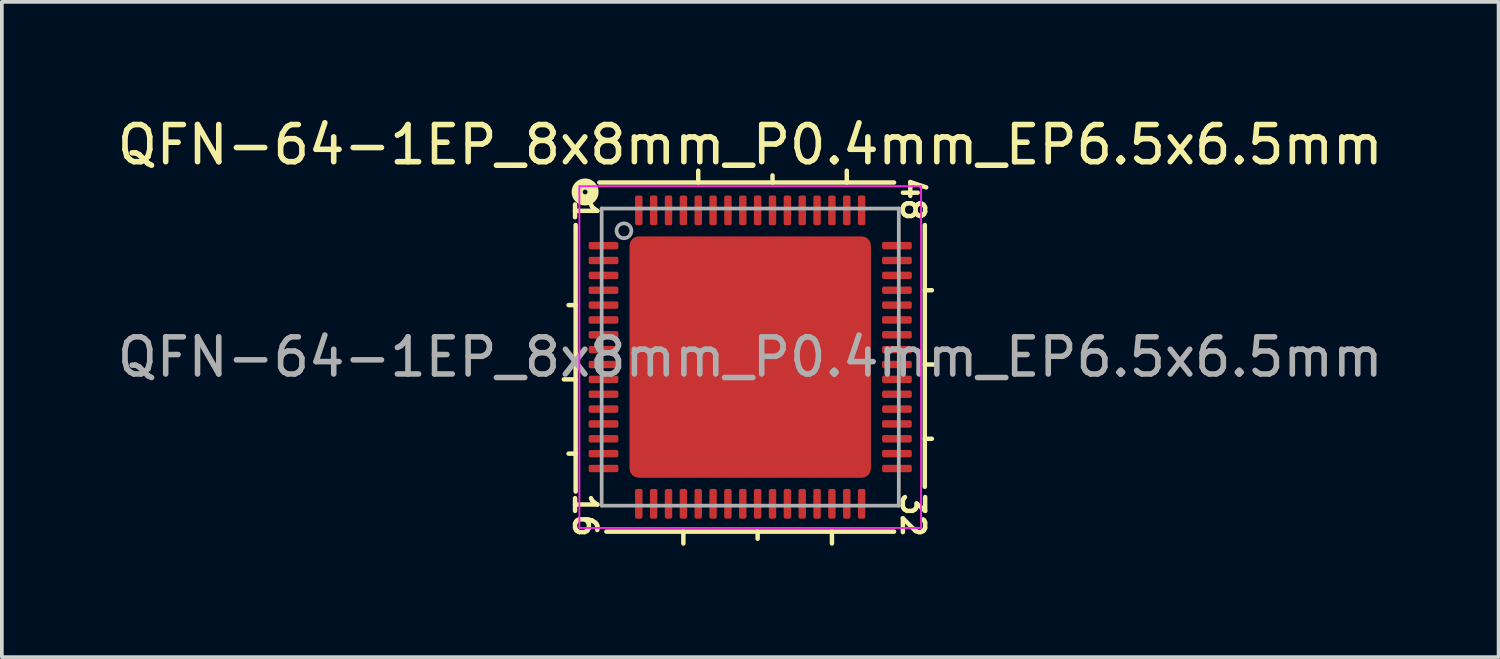
<source format=kicad_pcb>
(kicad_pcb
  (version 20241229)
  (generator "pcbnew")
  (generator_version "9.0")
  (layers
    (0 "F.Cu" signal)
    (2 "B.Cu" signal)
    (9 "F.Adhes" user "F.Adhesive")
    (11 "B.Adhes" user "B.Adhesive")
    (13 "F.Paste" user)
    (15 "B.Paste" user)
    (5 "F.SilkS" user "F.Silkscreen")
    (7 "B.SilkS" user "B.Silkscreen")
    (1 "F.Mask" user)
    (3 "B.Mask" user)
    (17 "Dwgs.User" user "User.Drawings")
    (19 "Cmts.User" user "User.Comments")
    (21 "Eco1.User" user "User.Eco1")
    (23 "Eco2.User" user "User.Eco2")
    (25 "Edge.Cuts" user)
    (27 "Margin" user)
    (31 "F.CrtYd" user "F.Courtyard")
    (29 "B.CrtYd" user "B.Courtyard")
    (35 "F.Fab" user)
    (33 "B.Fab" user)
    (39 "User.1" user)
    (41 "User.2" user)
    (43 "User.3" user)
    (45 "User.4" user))
  (footprint "QFN-64-1EP_8x8mm_P0.4mm_EP6.5x6.5mm"
    (layer "F.Cu")
    (at 17.149 6.564)
    (property "Reference" "QFN-64-1EP_8x8mm_P0.4mm_EP6.5x6.5mm" (at 0 -5.716 0) (layer "F.SilkS") (effects (font (size 1 1) (thickness 0.15))))
    (attr smd)
    (fp_line (start -4.7 -3.556) (end -4.7 3.619) (stroke (width 0.12) (type solid)) (layer "F.SilkS"))
    (fp_line (start -4.7 -1.4) (end -4.891 -1.4) (stroke (width 0.12) (type solid)) (layer "F.SilkS"))
    (fp_line (start -4.7 0.6) (end -5.018 0.6) (stroke (width 0.12) (type solid)) (layer "F.SilkS"))
    (fp_line (start -4.7 2.6) (end -4.891 2.6) (stroke (width 0.12) (type solid)) (layer "F.SilkS"))
    (fp_line (start -3.873 4.7) (end 3.873 4.7) (stroke (width 0.12) (type solid)) (layer "F.SilkS"))
    (fp_line (start -1.8 4.7) (end -1.8 5.018) (stroke (width 0.12) (type solid)) (layer "F.SilkS"))
    (fp_line (start -1.4 -4.7) (end -1.4 -5.018) (stroke (width 0.12) (type solid)) (layer "F.SilkS"))
    (fp_line (start 0.2 4.7) (end 0.2 4.891) (stroke (width 0.12) (type solid)) (layer "F.SilkS"))
    (fp_line (start 0.6 -4.7) (end 0.6 -4.891) (stroke (width 0.12) (type solid)) (layer "F.SilkS"))
    (fp_line (start 2.2 4.7) (end 2.2 5.018) (stroke (width 0.12) (type solid)) (layer "F.SilkS"))
    (fp_line (start 2.6 -4.7) (end 2.6 -5.018) (stroke (width 0.12) (type solid)) (layer "F.SilkS"))
    (fp_line (start 3.873 -4.7) (end -4.064 -4.7) (stroke (width 0.12) (type solid)) (layer "F.SilkS"))
    (fp_line (start 4.7 -1.8) (end 4.891 -1.8) (stroke (width 0.12) (type solid)) (layer "F.SilkS"))
    (fp_line (start 4.7 0.2) (end 5.018 0.2) (stroke (width 0.12) (type solid)) (layer "F.SilkS"))
    (fp_line (start 4.7 2.2) (end 4.891 2.2) (stroke (width 0.12) (type solid)) (layer "F.SilkS"))
    (fp_line (start 4.7 3.493) (end 4.7 -3.556) (stroke (width 0.12) (type solid)) (layer "F.SilkS"))
    (fp_circle (center -4.445 -4.445) (end -4.381 -4.445) (stroke (width 0.3) (type solid)) (fill no) (layer "F.SilkS"))
    (fp_line (start -4.6 -4.6) (end -4.6 4.6) (stroke (width 0.05) (type solid)) (layer "F.CrtYd"))
    (fp_line (start -4.6 4.6) (end 4.6 4.6) (stroke (width 0.05) (type solid)) (layer "F.CrtYd"))
    (fp_line (start 4.6 -4.6) (end -4.6 -4.6) (stroke (width 0.05) (type solid)) (layer "F.CrtYd"))
    (fp_line (start 4.6 4.6) (end 4.6 -4.6) (stroke (width 0.05) (type solid)) (layer "F.CrtYd"))
    (fp_line (start -4 -4) (end 4 -4) (stroke (width 0.1) (type solid)) (layer "F.Fab"))
    (fp_line (start -4 4) (end -4 -4) (stroke (width 0.1) (type solid)) (layer "F.Fab"))
    (fp_line (start 4 -4) (end 4 4) (stroke (width 0.1) (type solid)) (layer "F.Fab"))
    (fp_line (start 4 4) (end -4 4) (stroke (width 0.1) (type solid)) (layer "F.Fab"))
    (fp_circle (center -3.4 -3.4) (end -3.2 -3.4) (stroke (width 0.1) (type solid)) (fill no) (layer "F.Fab"))
    (fp_text user "32" (at 4.381 4.255 270) (unlocked yes) (layer "F.SilkS") (effects (font (size 0.6 0.6) (thickness 0.12))))
    (fp_text user "48" (at 4.381 -4.255 270) (unlocked yes) (layer "F.SilkS") (effects (font (size 0.6 0.6) (thickness 0.12))))
    (fp_text user "16" (at -4.445 4.255 270) (unlocked yes) (layer "F.SilkS") (effects (font (size 0.6 0.6) (thickness 0.12))))
    (fp_text user "1" (at -4.445 -3.937 270) (unlocked yes) (layer "F.SilkS") (effects (font (size 0.6 0.6) (thickness 0.12))))
    (fp_text user "${REFERENCE}" (at 0 0 0) (layer "F.Fab") (effects (font (size 1 1) (thickness 0.15))))
    (pad "" smd roundrect (at -2.6 -2.6) (size 1.05 1.05) (layers "F.Paste") (roundrect_rratio 0.238))
    (pad "" smd roundrect (at -2.6 -1.3) (size 1.05 1.05) (layers "F.Paste") (roundrect_rratio 0.238))
    (pad "" smd roundrect (at -2.6 0) (size 1.05 1.05) (layers "F.Paste") (roundrect_rratio 0.238))
    (pad "" smd roundrect (at -2.6 1.3) (size 1.05 1.05) (layers "F.Paste") (roundrect_rratio 0.238))
    (pad "" smd roundrect (at -2.6 2.6) (size 1.05 1.05) (layers "F.Paste") (roundrect_rratio 0.238))
    (pad "" smd roundrect (at -1.3 -2.6) (size 1.05 1.05) (layers "F.Paste") (roundrect_rratio 0.238))
    (pad "" smd roundrect (at -1.3 -1.3) (size 1.05 1.05) (layers "F.Paste") (roundrect_rratio 0.238))
    (pad "" smd roundrect (at -1.3 0) (size 1.05 1.05) (layers "F.Paste") (roundrect_rratio 0.238))
    (pad "" smd roundrect (at -1.3 1.3) (size 1.05 1.05) (layers "F.Paste") (roundrect_rratio 0.238))
    (pad "" smd roundrect (at -1.3 2.6) (size 1.05 1.05) (layers "F.Paste") (roundrect_rratio 0.238))
    (pad "" smd roundrect (at 0 -2.6) (size 1.05 1.05) (layers "F.Paste") (roundrect_rratio 0.238))
    (pad "" smd roundrect (at 0 -1.3) (size 1.05 1.05) (layers "F.Paste") (roundrect_rratio 0.238))
    (pad "" smd roundrect (at 0 0) (size 1.05 1.05) (layers "F.Paste") (roundrect_rratio 0.238))
    (pad "" smd roundrect (at 0 1.3) (size 1.05 1.05) (layers "F.Paste") (roundrect_rratio 0.238))
    (pad "" smd roundrect (at 0 2.6) (size 1.05 1.05) (layers "F.Paste") (roundrect_rratio 0.238))
    (pad "" smd roundrect (at 1.3 -2.6) (size 1.05 1.05) (layers "F.Paste") (roundrect_rratio 0.238))
    (pad "" smd roundrect (at 1.3 -1.3) (size 1.05 1.05) (layers "F.Paste") (roundrect_rratio 0.238))
    (pad "" smd roundrect (at 1.3 0) (size 1.05 1.05) (layers "F.Paste") (roundrect_rratio 0.238))
    (pad "" smd roundrect (at 1.3 1.3) (size 1.05 1.05) (layers "F.Paste") (roundrect_rratio 0.238))
    (pad "" smd roundrect (at 1.3 2.6) (size 1.05 1.05) (layers "F.Paste") (roundrect_rratio 0.238))
    (pad "" smd roundrect (at 2.6 -2.6) (size 1.05 1.05) (layers "F.Paste") (roundrect_rratio 0.238))
    (pad "" smd roundrect (at 2.6 -1.3) (size 1.05 1.05) (layers "F.Paste") (roundrect_rratio 0.238))
    (pad "" smd roundrect (at 2.6 0) (size 1.05 1.05) (layers "F.Paste") (roundrect_rratio 0.238))
    (pad "" smd roundrect (at 2.6 1.3) (size 1.05 1.05) (layers "F.Paste") (roundrect_rratio 0.238))
    (pad "" smd roundrect (at 2.6 2.6) (size 1.05 1.05) (layers "F.Paste") (roundrect_rratio 0.238))
    (pad "1" smd roundrect (at -3.95 -3) (size 0.8 0.2) (layers "F.Cu" "F.Mask" "F.Paste") (roundrect_rratio 0.25))
    (pad "2" smd roundrect (at -3.95 -2.6) (size 0.8 0.2) (layers "F.Cu" "F.Mask" "F.Paste") (roundrect_rratio 0.25))
    (pad "3" smd roundrect (at -3.95 -2.2) (size 0.8 0.2) (layers "F.Cu" "F.Mask" "F.Paste") (roundrect_rratio 0.25))
    (pad "4" smd roundrect (at -3.95 -1.8) (size 0.8 0.2) (layers "F.Cu" "F.Mask" "F.Paste") (roundrect_rratio 0.25))
    (pad "5" smd roundrect (at -3.95 -1.4) (size 0.8 0.2) (layers "F.Cu" "F.Mask" "F.Paste") (roundrect_rratio 0.25))
    (pad "6" smd roundrect (at -3.95 -1) (size 0.8 0.2) (layers "F.Cu" "F.Mask" "F.Paste") (roundrect_rratio 0.25))
    (pad "7" smd roundrect (at -3.95 -0.6) (size 0.8 0.2) (layers "F.Cu" "F.Mask" "F.Paste") (roundrect_rratio 0.25))
    (pad "8" smd roundrect (at -3.95 -0.2) (size 0.8 0.2) (layers "F.Cu" "F.Mask" "F.Paste") (roundrect_rratio 0.25))
    (pad "9" smd roundrect (at -3.95 0.2) (size 0.8 0.2) (layers "F.Cu" "F.Mask" "F.Paste") (roundrect_rratio 0.25))
    (pad "10" smd roundrect (at -3.95 0.6) (size 0.8 0.2) (layers "F.Cu" "F.Mask" "F.Paste") (roundrect_rratio 0.25))
    (pad "11" smd roundrect (at -3.95 1) (size 0.8 0.2) (layers "F.Cu" "F.Mask" "F.Paste") (roundrect_rratio 0.25))
    (pad "12" smd roundrect (at -3.95 1.4) (size 0.8 0.2) (layers "F.Cu" "F.Mask" "F.Paste") (roundrect_rratio 0.25))
    (pad "13" smd roundrect (at -3.95 1.8) (size 0.8 0.2) (layers "F.Cu" "F.Mask" "F.Paste") (roundrect_rratio 0.25))
    (pad "14" smd roundrect (at -3.95 2.2) (size 0.8 0.2) (layers "F.Cu" "F.Mask" "F.Paste") (roundrect_rratio 0.25))
    (pad "15" smd roundrect (at -3.95 2.6) (size 0.8 0.2) (layers "F.Cu" "F.Mask" "F.Paste") (roundrect_rratio 0.25))
    (pad "16" smd roundrect (at -3.95 3) (size 0.8 0.2) (layers "F.Cu" "F.Mask" "F.Paste") (roundrect_rratio 0.25))
    (pad "17" smd roundrect (at -3 3.95) (size 0.2 0.8) (layers "F.Cu" "F.Mask" "F.Paste") (roundrect_rratio 0.25))
    (pad "18" smd roundrect (at -2.6 3.95) (size 0.2 0.8) (layers "F.Cu" "F.Mask" "F.Paste") (roundrect_rratio 0.25))
    (pad "19" smd roundrect (at -2.2 3.95) (size 0.2 0.8) (layers "F.Cu" "F.Mask" "F.Paste") (roundrect_rratio 0.25))
    (pad "20" smd roundrect (at -1.8 3.95) (size 0.2 0.8) (layers "F.Cu" "F.Mask" "F.Paste") (roundrect_rratio 0.25))
    (pad "21" smd roundrect (at -1.4 3.95) (size 0.2 0.8) (layers "F.Cu" "F.Mask" "F.Paste") (roundrect_rratio 0.25))
    (pad "22" smd roundrect (at -1 3.95) (size 0.2 0.8) (layers "F.Cu" "F.Mask" "F.Paste") (roundrect_rratio 0.25))
    (pad "23" smd roundrect (at -0.6 3.95) (size 0.2 0.8) (layers "F.Cu" "F.Mask" "F.Paste") (roundrect_rratio 0.25))
    (pad "24" smd roundrect (at -0.2 3.95) (size 0.2 0.8) (layers "F.Cu" "F.Mask" "F.Paste") (roundrect_rratio 0.25))
    (pad "25" smd roundrect (at 0.2 3.95) (size 0.2 0.8) (layers "F.Cu" "F.Mask" "F.Paste") (roundrect_rratio 0.25))
    (pad "26" smd roundrect (at 0.6 3.95) (size 0.2 0.8) (layers "F.Cu" "F.Mask" "F.Paste") (roundrect_rratio 0.25))
    (pad "27" smd roundrect (at 1 3.95) (size 0.2 0.8) (layers "F.Cu" "F.Mask" "F.Paste") (roundrect_rratio 0.25))
    (pad "28" smd roundrect (at 1.4 3.95) (size 0.2 0.8) (layers "F.Cu" "F.Mask" "F.Paste") (roundrect_rratio 0.25))
    (pad "29" smd roundrect (at 1.8 3.95) (size 0.2 0.8) (layers "F.Cu" "F.Mask" "F.Paste") (roundrect_rratio 0.25))
    (pad "30" smd roundrect (at 2.2 3.95) (size 0.2 0.8) (layers "F.Cu" "F.Mask" "F.Paste") (roundrect_rratio 0.25))
    (pad "31" smd roundrect (at 2.6 3.95) (size 0.2 0.8) (layers "F.Cu" "F.Mask" "F.Paste") (roundrect_rratio 0.25))
    (pad "32" smd roundrect (at 3 3.95) (size 0.2 0.8) (layers "F.Cu" "F.Mask" "F.Paste") (roundrect_rratio 0.25))
    (pad "33" smd roundrect (at 3.95 3) (size 0.8 0.2) (layers "F.Cu" "F.Mask" "F.Paste") (roundrect_rratio 0.25))
    (pad "34" smd roundrect (at 3.95 2.6) (size 0.8 0.2) (layers "F.Cu" "F.Mask" "F.Paste") (roundrect_rratio 0.25))
    (pad "35" smd roundrect (at 3.95 2.2) (size 0.8 0.2) (layers "F.Cu" "F.Mask" "F.Paste") (roundrect_rratio 0.25))
    (pad "36" smd roundrect (at 3.95 1.8) (size 0.8 0.2) (layers "F.Cu" "F.Mask" "F.Paste") (roundrect_rratio 0.25))
    (pad "37" smd roundrect (at 3.95 1.4) (size 0.8 0.2) (layers "F.Cu" "F.Mask" "F.Paste") (roundrect_rratio 0.25))
    (pad "38" smd roundrect (at 3.95 1) (size 0.8 0.2) (layers "F.Cu" "F.Mask" "F.Paste") (roundrect_rratio 0.25))
    (pad "39" smd roundrect (at 3.95 0.6) (size 0.8 0.2) (layers "F.Cu" "F.Mask" "F.Paste") (roundrect_rratio 0.25))
    (pad "40" smd roundrect (at 3.95 0.2) (size 0.8 0.2) (layers "F.Cu" "F.Mask" "F.Paste") (roundrect_rratio 0.25))
    (pad "41" smd roundrect (at 3.95 -0.2) (size 0.8 0.2) (layers "F.Cu" "F.Mask" "F.Paste") (roundrect_rratio 0.25))
    (pad "42" smd roundrect (at 3.95 -0.6) (size 0.8 0.2) (layers "F.Cu" "F.Mask" "F.Paste") (roundrect_rratio 0.25))
    (pad "43" smd roundrect (at 3.95 -1) (size 0.8 0.2) (layers "F.Cu" "F.Mask" "F.Paste") (roundrect_rratio 0.25))
    (pad "44" smd roundrect (at 3.95 -1.4) (size 0.8 0.2) (layers "F.Cu" "F.Mask" "F.Paste") (roundrect_rratio 0.25))
    (pad "45" smd roundrect (at 3.95 -1.8) (size 0.8 0.2) (layers "F.Cu" "F.Mask" "F.Paste") (roundrect_rratio 0.25))
    (pad "46" smd roundrect (at 3.95 -2.2) (size 0.8 0.2) (layers "F.Cu" "F.Mask" "F.Paste") (roundrect_rratio 0.25))
    (pad "47" smd roundrect (at 3.95 -2.6) (size 0.8 0.2) (layers "F.Cu" "F.Mask" "F.Paste") (roundrect_rratio 0.25))
    (pad "48" smd roundrect (at 3.95 -3) (size 0.8 0.2) (layers "F.Cu" "F.Mask" "F.Paste") (roundrect_rratio 0.25))
    (pad "49" smd roundrect (at 3 -3.95) (size 0.2 0.8) (layers "F.Cu" "F.Mask" "F.Paste") (roundrect_rratio 0.25))
    (pad "50" smd roundrect (at 2.6 -3.95) (size 0.2 0.8) (layers "F.Cu" "F.Mask" "F.Paste") (roundrect_rratio 0.25))
    (pad "51" smd roundrect (at 2.2 -3.95) (size 0.2 0.8) (layers "F.Cu" "F.Mask" "F.Paste") (roundrect_rratio 0.25))
    (pad "52" smd roundrect (at 1.8 -3.95) (size 0.2 0.8) (layers "F.Cu" "F.Mask" "F.Paste") (roundrect_rratio 0.25))
    (pad "53" smd roundrect (at 1.4 -3.95) (size 0.2 0.8) (layers "F.Cu" "F.Mask" "F.Paste") (roundrect_rratio 0.25))
    (pad "54" smd roundrect (at 1 -3.95) (size 0.2 0.8) (layers "F.Cu" "F.Mask" "F.Paste") (roundrect_rratio 0.25))
    (pad "55" smd roundrect (at 0.6 -3.95) (size 0.2 0.8) (layers "F.Cu" "F.Mask" "F.Paste") (roundrect_rratio 0.25))
    (pad "56" smd roundrect (at 0.2 -3.95) (size 0.2 0.8) (layers "F.Cu" "F.Mask" "F.Paste") (roundrect_rratio 0.25))
    (pad "57" smd roundrect (at -0.2 -3.95) (size 0.2 0.8) (layers "F.Cu" "F.Mask" "F.Paste") (roundrect_rratio 0.25))
    (pad "58" smd roundrect (at -0.6 -3.95) (size 0.2 0.8) (layers "F.Cu" "F.Mask" "F.Paste") (roundrect_rratio 0.25))
    (pad "59" smd roundrect (at -1 -3.95) (size 0.2 0.8) (layers "F.Cu" "F.Mask" "F.Paste") (roundrect_rratio 0.25))
    (pad "60" smd roundrect (at -1.4 -3.95) (size 0.2 0.8) (layers "F.Cu" "F.Mask" "F.Paste") (roundrect_rratio 0.25))
    (pad "61" smd roundrect (at -1.8 -3.95) (size 0.2 0.8) (layers "F.Cu" "F.Mask" "F.Paste") (roundrect_rratio 0.25))
    (pad "62" smd roundrect (at -2.2 -3.95) (size 0.2 0.8) (layers "F.Cu" "F.Mask" "F.Paste") (roundrect_rratio 0.25))
    (pad "63" smd roundrect (at -2.6 -3.95) (size 0.2 0.8) (layers "F.Cu" "F.Mask" "F.Paste") (roundrect_rratio 0.25))
    (pad "64" smd roundrect (at -3 -3.95) (size 0.2 0.8) (layers "F.Cu" "F.Mask" "F.Paste") (roundrect_rratio 0.25))
    (pad "65" smd roundrect (at 0 0) (size 6.5 6.5) (layers "F.Cu" "F.Mask") (roundrect_rratio 0.038)))
  (gr_rect
    (start -3 -3)
    (end 37.298 14.642)
    (stroke (width 0.1) (type default))
    (fill no)
    (layer "Edge.Cuts")))
</source>
